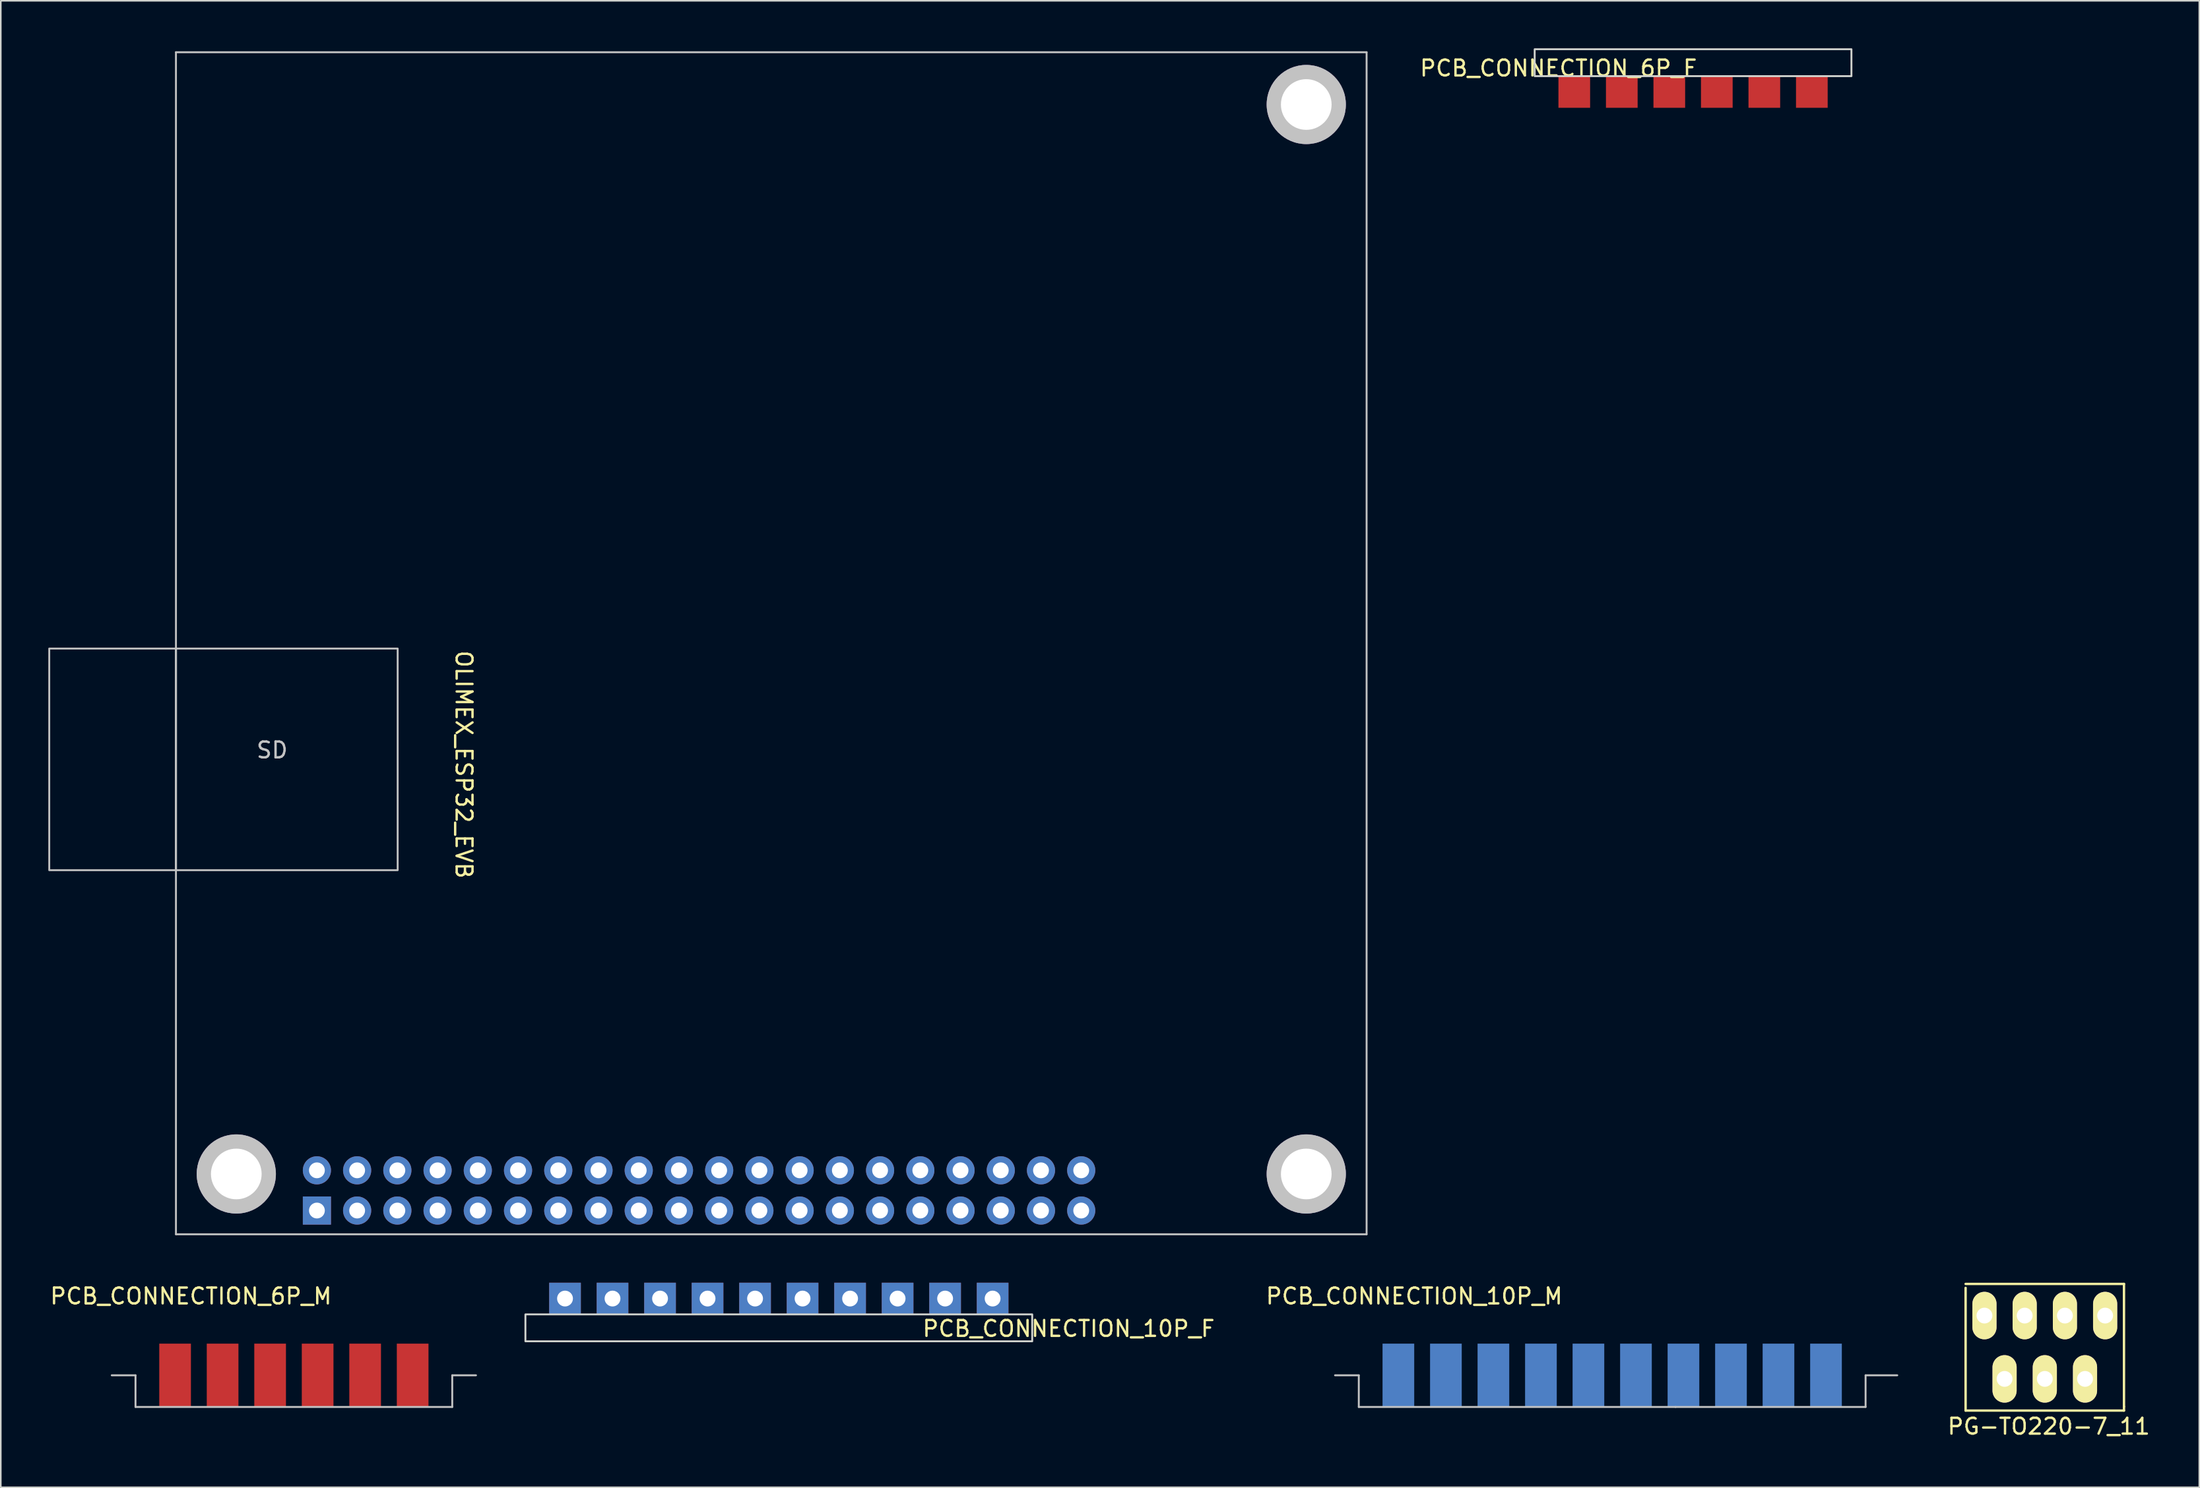
<source format=kicad_pcb>
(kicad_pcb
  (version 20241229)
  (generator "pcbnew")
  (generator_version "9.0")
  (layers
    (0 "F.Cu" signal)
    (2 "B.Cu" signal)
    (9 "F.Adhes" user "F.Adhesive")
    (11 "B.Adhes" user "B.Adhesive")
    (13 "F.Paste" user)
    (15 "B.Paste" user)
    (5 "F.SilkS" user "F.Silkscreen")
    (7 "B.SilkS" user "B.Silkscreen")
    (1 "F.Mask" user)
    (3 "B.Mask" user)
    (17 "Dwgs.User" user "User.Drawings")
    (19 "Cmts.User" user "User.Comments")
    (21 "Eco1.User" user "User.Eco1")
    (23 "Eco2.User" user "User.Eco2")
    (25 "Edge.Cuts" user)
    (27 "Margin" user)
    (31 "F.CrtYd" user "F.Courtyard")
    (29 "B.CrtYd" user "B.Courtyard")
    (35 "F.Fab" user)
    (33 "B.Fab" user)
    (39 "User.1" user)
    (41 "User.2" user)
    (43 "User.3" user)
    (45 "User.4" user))
  (footprint "PCB_CONNECTION_10P_M"
    (layer "F.Cu")
    (at 84.247 85.828)
    (property "Reference" "PCB_CONNECTION_10P_M" (at 2 -7 0) (unlocked yes) (layer "F.SilkS") (effects (font (size 1 1) (thickness 0.15))))
    (attr through_hole)
    (fp_line (start -1.5 -2) (end -3 -2) (stroke (width 0.12) (type default)) (layer "Dwgs.User"))
    (fp_line (start -1.5 0) (end -1.5 -2) (stroke (width 0.12) (type default)) (layer "Dwgs.User"))
    (fp_line (start -1.5 0) (end 18.5 0) (stroke (width 0.12) (type default)) (layer "Dwgs.User"))
    (fp_line (start 30.5 -2) (end 32.5 -2) (stroke (width 0.12) (type default)) (layer "Dwgs.User"))
    (fp_line (start 30.5 0) (end 18.5 0) (stroke (width 0.12) (type default)) (layer "Dwgs.User"))
    (fp_line (start 30.5 0) (end 30.5 -2) (stroke (width 0.12) (type default)) (layer "Dwgs.User"))
    (pad "1" connect rect (at 1 -2) (size 2 4) (layers "B.Cu" "B.Mask"))
    (pad "2" connect rect (at 4 -2) (size 2 4) (layers "B.Cu" "B.Mask"))
    (pad "3" connect rect (at 7 -2) (size 2 4) (layers "B.Cu" "B.Mask"))
    (pad "4" connect rect (at 10 -2) (size 2 4) (layers "B.Cu" "B.Mask"))
    (pad "5" connect rect (at 13 -2) (size 2 4) (layers "B.Cu" "B.Mask"))
    (pad "6" connect rect (at 16 -2) (size 2 4) (layers "B.Cu" "B.Mask"))
    (pad "7" connect rect (at 19 -2) (size 2 4) (layers "B.Cu" "B.Mask"))
    (pad "8" connect rect (at 22 -2) (size 2 4) (layers "B.Cu" "B.Mask"))
    (pad "9" connect rect (at 25 -2) (size 2 4) (layers "B.Cu" "B.Mask"))
    (pad "10" connect rect (at 28 -2) (size 2 4) (layers "B.Cu" "B.Mask")))
  (footprint "PCB_CONNECTION_6P_M"
    (layer "F.Cu")
    (at 7.006 85.828)
    (property "Reference" "PCB_CONNECTION_6P_M" (at 2 -7 0) (unlocked yes) (layer "F.SilkS") (effects (font (size 1 1) (thickness 0.15))))
    (attr through_hole)
    (fp_line (start -1.5 -2) (end -3 -2) (stroke (width 0.12) (type default)) (layer "Dwgs.User"))
    (fp_line (start -1.5 0) (end -1.5 -2) (stroke (width 0.12) (type default)) (layer "Dwgs.User"))
    (fp_line (start -1.5 0) (end 18.5 0) (stroke (width 0.12) (type default)) (layer "Dwgs.User"))
    (fp_line (start 18.5 -2) (end 20 -2) (stroke (width 0.12) (type default)) (layer "Dwgs.User"))
    (fp_line (start 18.5 0) (end 18.5 -2) (stroke (width 0.12) (type default)) (layer "Dwgs.User"))
    (pad "1" smd rect (at 1 -2) (size 2 4) (layers "F.Cu" "F.Mask" "F.Paste"))
    (pad "2" smd rect (at 4 -2) (size 2 4) (layers "F.Cu" "F.Mask" "F.Paste"))
    (pad "3" smd rect (at 7 -2) (size 2 4) (layers "F.Cu" "F.Mask" "F.Paste"))
    (pad "4" smd rect (at 10 -2) (size 2 4) (layers "F.Cu" "F.Mask" "F.Paste"))
    (pad "5" smd rect (at 13 -2) (size 2 4) (layers "F.Cu" "F.Mask" "F.Paste"))
    (pad "6" smd rect (at 16 -2) (size 2 4) (layers "F.Cu" "F.Mask" "F.Paste")))
  (footprint "PCB_CONNECTION_6P_F"
    (layer "F.Cu")
    (at 95.353 1.76)
    (property "Reference" "PCB_CONNECTION_6P_F" (at 0 -0.5 0) (unlocked yes) (layer "F.SilkS") (effects (font (size 1 1) (thickness 0.15))))
    (attr smd)
    (fp_rect (start -1.5 0) (end 18.5 -1.7) (stroke (width 0.12) (type default)) (fill no) (layer "Edge.Cuts"))
    (pad "1" smd rect (at 1 1) (size 2 2) (layers "F.Cu" "F.Mask" "F.Paste"))
    (pad "2" smd rect (at 4 1) (size 2 2) (layers "F.Cu" "F.Mask" "F.Paste"))
    (pad "3" smd rect (at 7 1) (size 2 2) (layers "F.Cu" "F.Mask" "F.Paste"))
    (pad "4" smd rect (at 10 1) (size 2 2) (layers "F.Cu" "F.Mask" "F.Paste"))
    (pad "5" smd rect (at 13 1) (size 2 2) (layers "F.Cu" "F.Mask" "F.Paste"))
    (pad "6" smd rect (at 16 1) (size 2 2) (layers "F.Cu" "F.Mask" "F.Paste")))
  (footprint "PCB_CONNECTION_10P_F"
    (layer "F.Cu")
    (at 31.626 81.68)
    (property "Reference" "PCB_CONNECTION_10P_F" (at 32.8 -0.8 0) (unlocked yes) (layer "F.SilkS") (effects (font (size 1 1) (thickness 0.15))))
    (attr smd)
    (fp_rect (start -1.5 0) (end 30.5 -1.7) (stroke (width 0.12) (type default)) (fill no) (layer "Edge.Cuts"))
    (pad "1" thru_hole rect (at 1 -2.7) (size 2 2) (drill 1) (layers "*.Cu" "*.Mask"))
    (pad "2" thru_hole rect (at 4 -2.7) (size 2 2) (drill 1) (layers "*.Cu" "*.Mask"))
    (pad "3" thru_hole rect (at 7 -2.7) (size 2 2) (drill 1) (layers "*.Cu" "*.Mask"))
    (pad "4" thru_hole rect (at 10 -2.7) (size 2 2) (drill 1) (layers "*.Cu" "*.Mask"))
    (pad "5" thru_hole rect (at 13 -2.7) (size 2 2) (drill 1) (layers "*.Cu" "*.Mask"))
    (pad "6" thru_hole rect (at 16 -2.7) (size 2 2) (drill 1) (layers "*.Cu" "*.Mask"))
    (pad "7" thru_hole rect (at 19 -2.7) (size 2 2) (drill 1) (layers "*.Cu" "*.Mask"))
    (pad "8" thru_hole rect (at 22 -2.7) (size 2 2) (drill 1) (layers "*.Cu" "*.Mask"))
    (pad "9" thru_hole rect (at 25 -2.7) (size 2 2) (drill 1) (layers "*.Cu" "*.Mask"))
    (pad "10" thru_hole rect (at 28 -2.7) (size 2 2) (drill 1) (layers "*.Cu" "*.Mask")))
  (footprint "PG-TO220-7_11"
    (layer "F.Cu")
    (at 126.063 84.055)
    (property "Reference" "PG-TO220-7_11" (at 0.25 3 0) (layer "F.SilkS") (effects (font (size 1 1) (thickness 0.15))))
    (attr through_hole)
    (fp_line (start -5 -6) (end 5 -6) (stroke (width 0.15) (type solid)) (layer "F.SilkS"))
    (fp_line (start -5 2) (end -5 -5.75) (stroke (width 0.15) (type solid)) (layer "F.SilkS"))
    (fp_line (start 5 -6) (end 5 1.75) (stroke (width 0.15) (type solid)) (layer "F.SilkS"))
    (fp_line (start 5 1.75) (end 5 2) (stroke (width 0.15) (type solid)) (layer "F.SilkS"))
    (fp_line (start 5 2) (end -5 2) (stroke (width 0.15) (type solid)) (layer "F.SilkS"))
    (pad "1" thru_hole oval (at -3.81 -4) (size 1.524 3) (drill 1) (layers "*.Cu" "*.Mask" "F.SilkS"))
    (pad "2" thru_hole oval (at -2.54 0) (size 1.524 3) (drill 1) (layers "*.Cu" "*.Mask" "F.SilkS"))
    (pad "3" thru_hole oval (at -1.27 -4) (size 1.524 3) (drill 1) (layers "*.Cu" "*.Mask" "F.SilkS"))
    (pad "4" thru_hole oval (at 0 0) (size 1.524 3) (drill 1) (layers "*.Cu" "*.Mask" "F.SilkS"))
    (pad "5" thru_hole oval (at 1.27 -4) (size 1.524 3) (drill 1) (layers "*.Cu" "*.Mask" "F.SilkS"))
    (pad "6" thru_hole oval (at 2.54 0) (size 1.524 3) (drill 1) (layers "*.Cu" "*.Mask" "F.SilkS"))
    (pad "7" thru_hole oval (at 3.81 -4) (size 1.524 3) (drill 1) (layers "*.Cu" "*.Mask" "F.SilkS")))
  (footprint "OLIMEX_ESP32_EVB"
    (layer "F.Cu")
    (at 83.24 0.25)
    (property "Reference" "OLIMEX_ESP32_EVB" (at -57 45 270) (unlocked yes) (layer "F.SilkS") (effects (font (size 1 1) (thickness 0.15))))
    (attr through_hole)
    (fp_line (start -75.18 0) (end -75.18 74.67) (stroke (width 0.12) (type default)) (layer "Dwgs.User"))
    (fp_line (start -75.18 74.67) (end 0 74.67) (stroke (width 0.12) (type default)) (layer "Dwgs.User"))
    (fp_line (start 0 0) (end -75.18 0) (stroke (width 0.12) (type default)) (layer "Dwgs.User"))
    (fp_line (start 0 74.67) (end 0 0) (stroke (width 0.12) (type default)) (layer "Dwgs.User"))
    (fp_rect (start -75.18 37.67) (end -61.18 51.67) (stroke (width 0.12) (type default)) (fill no) (layer "Dwgs.User"))
    (fp_rect (start -75.18 51.67) (end -83.18 37.67) (stroke (width 0.12) (type default)) (fill no) (layer "Dwgs.User"))
    (fp_text user "SD" (at -70.18 44.67 0) (unlocked yes) (layer "Dwgs.User") (effects (font (size 1 1) (thickness 0.15)) (justify left bottom)))
    (pad "" np_thru_hole circle (at -71.37 70.86) (size 5 5) (drill 3.2) (layers "*.Cu" "*.Mask" "Dwgs.User"))
    (pad "" np_thru_hole circle (at -3.81 3.302) (size 5 5) (drill 3.2) (layers "*.Cu" "*.Mask" "Dwgs.User"))
    (pad "" np_thru_hole circle (at -3.81 70.86) (size 5 5) (drill 3.2) (layers "*.Cu" "*.Mask" "Dwgs.User"))
    (pad "1" thru_hole rect (at -66.28 73.17) (size 1.778 1.778) (drill 1) (layers "*.Cu" "*.Mask"))
    (pad "2" thru_hole circle (at -66.28 70.63) (size 1.778 1.778) (drill 1) (layers "*.Cu" "*.Mask"))
    (pad "3" thru_hole circle (at -63.74 73.17) (size 1.778 1.778) (drill 1) (layers "*.Cu" "*.Mask"))
    (pad "4" thru_hole circle (at -63.74 70.63) (size 1.778 1.778) (drill 1) (layers "*.Cu" "*.Mask"))
    (pad "5" thru_hole circle (at -61.2 73.17) (size 1.778 1.778) (drill 1) (layers "*.Cu" "*.Mask"))
    (pad "6" thru_hole circle (at -61.2 70.63) (size 1.778 1.778) (drill 1) (layers "*.Cu" "*.Mask"))
    (pad "7" thru_hole circle (at -58.66 73.17) (size 1.778 1.778) (drill 1) (layers "*.Cu" "*.Mask"))
    (pad "8" thru_hole circle (at -58.66 70.63) (size 1.778 1.778) (drill 1) (layers "*.Cu" "*.Mask"))
    (pad "9" thru_hole circle (at -56.12 73.17) (size 1.778 1.778) (drill 1) (layers "*.Cu" "*.Mask"))
    (pad "10" thru_hole circle (at -56.12 70.63) (size 1.778 1.778) (drill 1) (layers "*.Cu" "*.Mask"))
    (pad "11" thru_hole circle (at -53.58 73.17) (size 1.778 1.778) (drill 1) (layers "*.Cu" "*.Mask"))
    (pad "12" thru_hole circle (at -53.58 70.63) (size 1.778 1.778) (drill 1) (layers "*.Cu" "*.Mask"))
    (pad "13" thru_hole circle (at -51.04 73.17) (size 1.778 1.778) (drill 1) (layers "*.Cu" "*.Mask"))
    (pad "14" thru_hole circle (at -51.04 70.63) (size 1.778 1.778) (drill 1) (layers "*.Cu" "*.Mask"))
    (pad "15" thru_hole circle (at -48.5 73.17) (size 1.778 1.778) (drill 1) (layers "*.Cu" "*.Mask"))
    (pad "16" thru_hole circle (at -48.5 70.63) (size 1.778 1.778) (drill 1) (layers "*.Cu" "*.Mask"))
    (pad "17" thru_hole circle (at -45.96 73.17) (size 1.778 1.778) (drill 1) (layers "*.Cu" "*.Mask"))
    (pad "18" thru_hole circle (at -45.96 70.63) (size 1.778 1.778) (drill 1) (layers "*.Cu" "*.Mask"))
    (pad "19" thru_hole circle (at -43.42 73.17) (size 1.778 1.778) (drill 1) (layers "*.Cu" "*.Mask"))
    (pad "20" thru_hole circle (at -43.42 70.63) (size 1.778 1.778) (drill 1) (layers "*.Cu" "*.Mask"))
    (pad "21" thru_hole circle (at -40.88 73.17) (size 1.778 1.778) (drill 1) (layers "*.Cu" "*.Mask"))
    (pad "22" thru_hole circle (at -40.88 70.63) (size 1.778 1.778) (drill 1) (layers "*.Cu" "*.Mask"))
    (pad "23" thru_hole circle (at -38.34 73.17) (size 1.778 1.778) (drill 1) (layers "*.Cu" "*.Mask"))
    (pad "24" thru_hole circle (at -38.34 70.63) (size 1.778 1.778) (drill 1) (layers "*.Cu" "*.Mask"))
    (pad "25" thru_hole circle (at -35.8 73.17) (size 1.778 1.778) (drill 1) (layers "*.Cu" "*.Mask"))
    (pad "26" thru_hole circle (at -35.8 70.63) (size 1.778 1.778) (drill 1) (layers "*.Cu" "*.Mask"))
    (pad "27" thru_hole circle (at -33.26 73.17) (size 1.778 1.778) (drill 1) (layers "*.Cu" "*.Mask"))
    (pad "28" thru_hole circle (at -33.26 70.63) (size 1.778 1.778) (drill 1) (layers "*.Cu" "*.Mask"))
    (pad "29" thru_hole circle (at -30.72 73.17) (size 1.778 1.778) (drill 1) (layers "*.Cu" "*.Mask"))
    (pad "30" thru_hole circle (at -30.72 70.63) (size 1.778 1.778) (drill 1) (layers "*.Cu" "*.Mask"))
    (pad "31" thru_hole circle (at -28.18 73.17) (size 1.778 1.778) (drill 1) (layers "*.Cu" "*.Mask"))
    (pad "32" thru_hole circle (at -28.18 70.63) (size 1.778 1.778) (drill 1) (layers "*.Cu" "*.Mask"))
    (pad "33" thru_hole circle (at -25.64 73.17) (size 1.778 1.778) (drill 1) (layers "*.Cu" "*.Mask"))
    (pad "34" thru_hole circle (at -25.64 70.63) (size 1.778 1.778) (drill 1) (layers "*.Cu" "*.Mask"))
    (pad "35" thru_hole circle (at -23.1 73.17) (size 1.778 1.778) (drill 1) (layers "*.Cu" "*.Mask"))
    (pad "36" thru_hole circle (at -23.1 70.63) (size 1.778 1.778) (drill 1) (layers "*.Cu" "*.Mask"))
    (pad "37" thru_hole circle (at -20.56 73.17) (size 1.778 1.778) (drill 1) (layers "*.Cu" "*.Mask"))
    (pad "38" thru_hole circle (at -20.56 70.63) (size 1.778 1.778) (drill 1) (layers "*.Cu" "*.Mask"))
    (pad "39" thru_hole circle (at -18.02 73.17) (size 1.778 1.778) (drill 1) (layers "*.Cu" "*.Mask"))
    (pad "40" thru_hole circle (at -18.02 70.63) (size 1.778 1.778) (drill 1) (layers "*.Cu" "*.Mask")))
  (gr_rect
    (start -3 -3)
    (end 135.819 90.903)
    (stroke (width 0.1) (type default))
    (fill no)
    (layer "Edge.Cuts")))
</source>
